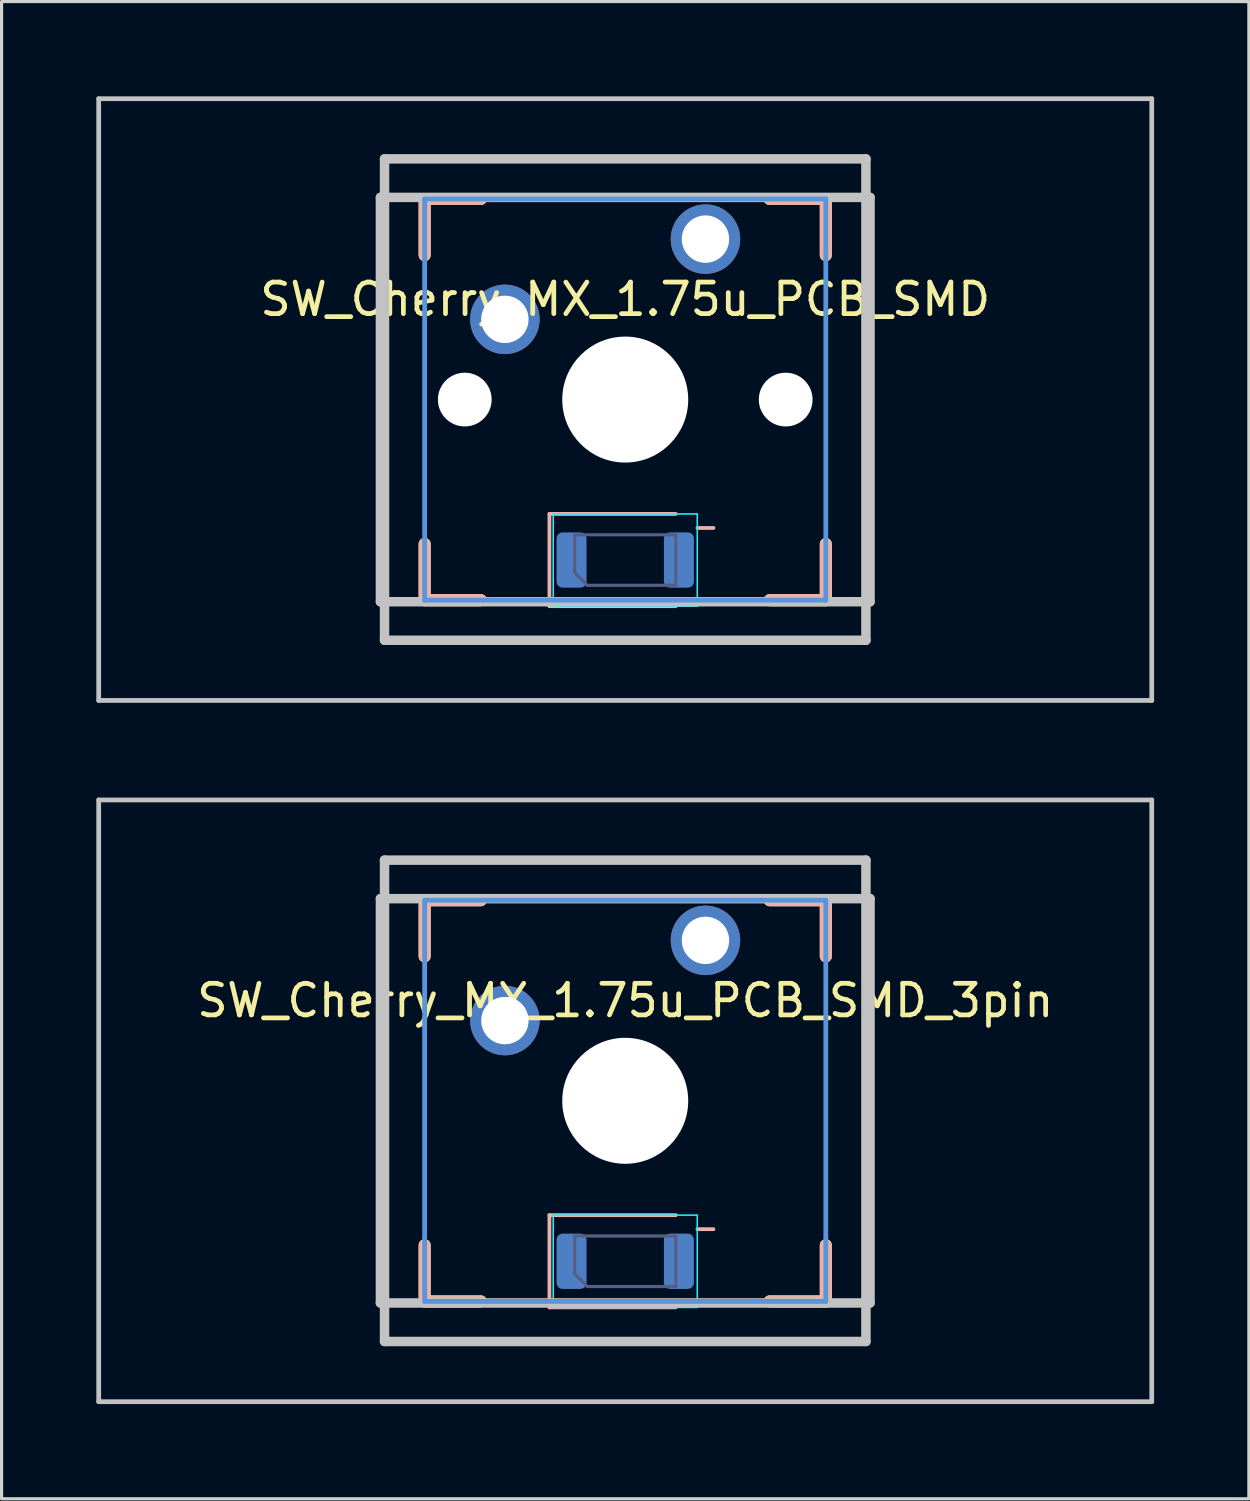
<source format=kicad_pcb>
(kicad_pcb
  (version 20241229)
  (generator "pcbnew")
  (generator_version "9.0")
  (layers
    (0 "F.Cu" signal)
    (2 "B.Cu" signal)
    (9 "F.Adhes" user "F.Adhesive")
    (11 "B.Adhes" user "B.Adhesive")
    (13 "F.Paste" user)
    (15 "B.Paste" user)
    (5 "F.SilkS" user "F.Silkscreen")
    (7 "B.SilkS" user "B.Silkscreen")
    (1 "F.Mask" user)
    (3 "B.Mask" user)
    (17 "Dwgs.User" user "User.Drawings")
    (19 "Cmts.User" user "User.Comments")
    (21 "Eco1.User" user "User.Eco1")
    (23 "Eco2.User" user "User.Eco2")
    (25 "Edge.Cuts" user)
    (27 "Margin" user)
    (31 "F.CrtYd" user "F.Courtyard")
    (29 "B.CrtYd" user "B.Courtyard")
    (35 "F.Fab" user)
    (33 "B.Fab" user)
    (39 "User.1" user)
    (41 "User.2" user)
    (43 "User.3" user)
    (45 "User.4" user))
  (footprint "SW_Cherry_MX_1.75u_PCB_SMD"
    (layer "F.Cu")
    (at 16.744 9.6)
    (property "Reference" "SW_Cherry_MX_1.75u_PCB_SMD" (at 0 -3.175 0) (layer "F.SilkS") (effects (font (size 1 1) (thickness 0.15))))
    (attr exclude_from_pos_files exclude_from_bom)
    (fp_line (start -6.35 -6.35) (end -4.572 -6.35) (stroke (width 0.381) (type solid)) (layer "F.SilkS"))
    (fp_line (start -6.35 -4.572) (end -6.35 -6.35) (stroke (width 0.381) (type solid)) (layer "F.SilkS"))
    (fp_line (start -6.35 6.35) (end -6.35 4.572) (stroke (width 0.381) (type solid)) (layer "F.SilkS"))
    (fp_line (start -4.572 6.35) (end -6.35 6.35) (stroke (width 0.381) (type solid)) (layer "F.SilkS"))
    (fp_line (start 4.572 -6.35) (end 6.35 -6.35) (stroke (width 0.381) (type solid)) (layer "F.SilkS"))
    (fp_line (start 6.35 -6.35) (end 6.35 -4.572) (stroke (width 0.381) (type solid)) (layer "F.SilkS"))
    (fp_line (start 6.35 4.572) (end 6.35 6.35) (stroke (width 0.381) (type solid)) (layer "F.SilkS"))
    (fp_line (start 6.35 6.35) (end 4.572 6.35) (stroke (width 0.381) (type solid)) (layer "F.SilkS"))
    (fp_line (start -6.35 -6.35) (end -6.35 -4.572) (stroke (width 0.381) (type solid)) (layer "B.SilkS"))
    (fp_line (start -6.35 4.572) (end -6.35 6.35) (stroke (width 0.381) (type solid)) (layer "B.SilkS"))
    (fp_line (start -6.35 6.35) (end -4.572 6.35) (stroke (width 0.381) (type solid)) (layer "B.SilkS"))
    (fp_line (start -4.572 -6.35) (end -6.35 -6.35) (stroke (width 0.381) (type solid)) (layer "B.SilkS"))
    (fp_line (start -2.4 3.62) (end 1.6 3.62) (stroke (width 0.12) (type solid)) (layer "B.SilkS"))
    (fp_line (start -2.4 6.54) (end -2.4 3.62) (stroke (width 0.12) (type solid)) (layer "B.SilkS"))
    (fp_line (start 1.6 6.54) (end -2.4 6.54) (stroke (width 0.12) (type solid)) (layer "B.SilkS"))
    (fp_line (start 2.286 4.064) (end 2.794 4.064) (stroke (width 0.12) (type solid)) (layer "B.SilkS"))
    (fp_line (start 4.572 6.35) (end 6.35 6.35) (stroke (width 0.381) (type solid)) (layer "B.SilkS"))
    (fp_line (start 6.35 -6.35) (end 4.572 -6.35) (stroke (width 0.381) (type solid)) (layer "B.SilkS"))
    (fp_line (start 6.35 -4.572) (end 6.35 -6.35) (stroke (width 0.381) (type solid)) (layer "B.SilkS"))
    (fp_line (start 6.35 6.35) (end 6.35 4.572) (stroke (width 0.381) (type solid)) (layer "B.SilkS"))
    (fp_line (start -16.669 -9.525) (end 16.669 -9.525) (stroke (width 0.15) (type solid)) (layer "Dwgs.User"))
    (fp_line (start -16.669 9.525) (end -16.669 -9.525) (stroke (width 0.15) (type solid)) (layer "Dwgs.User"))
    (fp_line (start -7.75 6.4) (end -7.75 -6.4) (stroke (width 0.3) (type solid)) (layer "Dwgs.User"))
    (fp_line (start -7.75 6.4) (end 7.75 6.4) (stroke (width 0.3) (type solid)) (layer "Dwgs.User"))
    (fp_line (start -7.62 -7.62) (end 7.62 -7.62) (stroke (width 0.3) (type solid)) (layer "Dwgs.User"))
    (fp_line (start -7.62 7.62) (end -7.62 -7.62) (stroke (width 0.3) (type solid)) (layer "Dwgs.User"))
    (fp_line (start 7.62 -7.62) (end 7.62 7.62) (stroke (width 0.3) (type solid)) (layer "Dwgs.User"))
    (fp_line (start 7.62 7.62) (end -7.62 7.62) (stroke (width 0.3) (type solid)) (layer "Dwgs.User"))
    (fp_line (start 7.75 -6.4) (end -7.75 -6.4) (stroke (width 0.3) (type solid)) (layer "Dwgs.User"))
    (fp_line (start 7.75 6.4) (end 7.75 -6.4) (stroke (width 0.3) (type solid)) (layer "Dwgs.User"))
    (fp_line (start 16.669 -9.525) (end 16.669 9.525) (stroke (width 0.15) (type solid)) (layer "Dwgs.User"))
    (fp_line (start 16.669 9.525) (end -16.669 9.525) (stroke (width 0.15) (type solid)) (layer "Dwgs.User"))
    (fp_line (start -6.35 -6.35) (end 6.35 -6.35) (stroke (width 0.152) (type solid)) (layer "Cmts.User"))
    (fp_line (start -6.35 6.35) (end -6.35 -6.35) (stroke (width 0.152) (type solid)) (layer "Cmts.User"))
    (fp_line (start 6.35 -6.35) (end 6.35 6.35) (stroke (width 0.152) (type solid)) (layer "Cmts.User"))
    (fp_line (start 6.35 6.35) (end -6.35 6.35) (stroke (width 0.152) (type solid)) (layer "Cmts.User"))
    (fp_line (start -6.985 -6.985) (end 6.985 -6.985) (stroke (width 0.152) (type solid)) (layer "Eco2.User"))
    (fp_line (start -6.985 6.985) (end -6.985 -6.985) (stroke (width 0.152) (type solid)) (layer "Eco2.User"))
    (fp_line (start 6.985 -6.985) (end 6.985 6.985) (stroke (width 0.152) (type solid)) (layer "Eco2.User"))
    (fp_line (start 6.985 6.985) (end -6.985 6.985) (stroke (width 0.152) (type solid)) (layer "Eco2.User"))
    (fp_line (start -2.28 3.62) (end -2.28 6.54) (stroke (width 0.05) (type solid)) (layer "B.CrtYd"))
    (fp_line (start -2.28 6.54) (end 2.28 6.54) (stroke (width 0.05) (type solid)) (layer "B.CrtYd"))
    (fp_line (start 2.28 3.62) (end -2.28 3.62) (stroke (width 0.05) (type solid)) (layer "B.CrtYd"))
    (fp_line (start 2.28 6.54) (end 2.28 3.62) (stroke (width 0.05) (type solid)) (layer "B.CrtYd"))
    (fp_line (start -1.6 4.28) (end 1.6 4.28) (stroke (width 0.1) (type solid)) (layer "B.Fab"))
    (fp_line (start -1.6 5.48) (end -1.6 4.28) (stroke (width 0.1) (type solid)) (layer "B.Fab"))
    (fp_line (start -1.2 5.88) (end -1.6 5.48) (stroke (width 0.1) (type solid)) (layer "B.Fab"))
    (fp_line (start 1.6 4.28) (end 1.6 5.88) (stroke (width 0.1) (type solid)) (layer "B.Fab"))
    (fp_line (start 1.6 5.88) (end -1.2 5.88) (stroke (width 0.1) (type solid)) (layer "B.Fab"))
    (pad "" np_thru_hole circle (at -5.08 0) (size 1.702 1.702) (drill 1.702) (layers "*.Cu" "*.Mask"))
    (pad "" np_thru_hole circle (at 0 0) (size 3.988 3.988) (drill 3.988) (layers "*.Cu" "*.Mask"))
    (pad "" np_thru_hole circle (at 5.08 0) (size 1.702 1.702) (drill 1.702) (layers "*.Cu" "*.Mask"))
    (pad "1" thru_hole circle (at -3.81 -2.54) (size 2.2 2.2) (drill 1.5) (layers "*.Cu" "*.Mask"))
    (pad "2" thru_hole circle (at 2.54 -5.08) (size 2.2 2.2) (drill 1.5) (layers "*.Cu" "*.Mask"))
    (pad "3" smd roundrect (at 1.7 5.08) (size 0.95 1.75) (layers "B.Cu" "B.Mask" "B.Paste") (roundrect_rratio 0.2))
    (pad "4" smd roundrect (at -1.7 5.08) (size 0.95 1.75) (layers "B.Cu" "B.Mask" "B.Paste") (roundrect_rratio 0.2)))
  (footprint "SW_Cherry_MX_1.75u_PCB_SMD_3pin"
    (layer "F.Cu")
    (at 16.744 31.8)
    (property "Reference" "SW_Cherry_MX_1.75u_PCB_SMD_3pin" (at 0 -3.175 0) (layer "F.SilkS") (effects (font (size 1 1) (thickness 0.15))))
    (attr exclude_from_pos_files exclude_from_bom)
    (fp_line (start -6.35 -6.35) (end -4.572 -6.35) (stroke (width 0.381) (type solid)) (layer "F.SilkS"))
    (fp_line (start -6.35 -4.572) (end -6.35 -6.35) (stroke (width 0.381) (type solid)) (layer "F.SilkS"))
    (fp_line (start -6.35 6.35) (end -6.35 4.572) (stroke (width 0.381) (type solid)) (layer "F.SilkS"))
    (fp_line (start -4.572 6.35) (end -6.35 6.35) (stroke (width 0.381) (type solid)) (layer "F.SilkS"))
    (fp_line (start 4.572 -6.35) (end 6.35 -6.35) (stroke (width 0.381) (type solid)) (layer "F.SilkS"))
    (fp_line (start 6.35 -6.35) (end 6.35 -4.572) (stroke (width 0.381) (type solid)) (layer "F.SilkS"))
    (fp_line (start 6.35 4.572) (end 6.35 6.35) (stroke (width 0.381) (type solid)) (layer "F.SilkS"))
    (fp_line (start 6.35 6.35) (end 4.572 6.35) (stroke (width 0.381) (type solid)) (layer "F.SilkS"))
    (fp_line (start -6.35 -6.35) (end -6.35 -4.572) (stroke (width 0.381) (type solid)) (layer "B.SilkS"))
    (fp_line (start -6.35 4.572) (end -6.35 6.35) (stroke (width 0.381) (type solid)) (layer "B.SilkS"))
    (fp_line (start -6.35 6.35) (end -4.572 6.35) (stroke (width 0.381) (type solid)) (layer "B.SilkS"))
    (fp_line (start -4.572 -6.35) (end -6.35 -6.35) (stroke (width 0.381) (type solid)) (layer "B.SilkS"))
    (fp_line (start -2.4 3.62) (end 1.6 3.62) (stroke (width 0.12) (type solid)) (layer "B.SilkS"))
    (fp_line (start -2.4 6.54) (end -2.4 3.62) (stroke (width 0.12) (type solid)) (layer "B.SilkS"))
    (fp_line (start 1.6 6.54) (end -2.4 6.54) (stroke (width 0.12) (type solid)) (layer "B.SilkS"))
    (fp_line (start 2.286 4.064) (end 2.794 4.064) (stroke (width 0.12) (type solid)) (layer "B.SilkS"))
    (fp_line (start 4.572 6.35) (end 6.35 6.35) (stroke (width 0.381) (type solid)) (layer "B.SilkS"))
    (fp_line (start 6.35 -6.35) (end 4.572 -6.35) (stroke (width 0.381) (type solid)) (layer "B.SilkS"))
    (fp_line (start 6.35 -4.572) (end 6.35 -6.35) (stroke (width 0.381) (type solid)) (layer "B.SilkS"))
    (fp_line (start 6.35 6.35) (end 6.35 4.572) (stroke (width 0.381) (type solid)) (layer "B.SilkS"))
    (fp_line (start -16.669 -9.525) (end 16.669 -9.525) (stroke (width 0.15) (type solid)) (layer "Dwgs.User"))
    (fp_line (start -16.669 9.525) (end -16.669 -9.525) (stroke (width 0.15) (type solid)) (layer "Dwgs.User"))
    (fp_line (start -7.75 6.4) (end -7.75 -6.4) (stroke (width 0.3) (type solid)) (layer "Dwgs.User"))
    (fp_line (start -7.75 6.4) (end 7.75 6.4) (stroke (width 0.3) (type solid)) (layer "Dwgs.User"))
    (fp_line (start -7.62 -7.62) (end 7.62 -7.62) (stroke (width 0.3) (type solid)) (layer "Dwgs.User"))
    (fp_line (start -7.62 7.62) (end -7.62 -7.62) (stroke (width 0.3) (type solid)) (layer "Dwgs.User"))
    (fp_line (start 7.62 -7.62) (end 7.62 7.62) (stroke (width 0.3) (type solid)) (layer "Dwgs.User"))
    (fp_line (start 7.62 7.62) (end -7.62 7.62) (stroke (width 0.3) (type solid)) (layer "Dwgs.User"))
    (fp_line (start 7.75 -6.4) (end -7.75 -6.4) (stroke (width 0.3) (type solid)) (layer "Dwgs.User"))
    (fp_line (start 7.75 6.4) (end 7.75 -6.4) (stroke (width 0.3) (type solid)) (layer "Dwgs.User"))
    (fp_line (start 16.669 -9.525) (end 16.669 9.525) (stroke (width 0.15) (type solid)) (layer "Dwgs.User"))
    (fp_line (start 16.669 9.525) (end -16.669 9.525) (stroke (width 0.15) (type solid)) (layer "Dwgs.User"))
    (fp_line (start -6.35 -6.35) (end 6.35 -6.35) (stroke (width 0.152) (type solid)) (layer "Cmts.User"))
    (fp_line (start -6.35 6.35) (end -6.35 -6.35) (stroke (width 0.152) (type solid)) (layer "Cmts.User"))
    (fp_line (start 6.35 -6.35) (end 6.35 6.35) (stroke (width 0.152) (type solid)) (layer "Cmts.User"))
    (fp_line (start 6.35 6.35) (end -6.35 6.35) (stroke (width 0.152) (type solid)) (layer "Cmts.User"))
    (fp_line (start -6.985 -6.985) (end 6.985 -6.985) (stroke (width 0.152) (type solid)) (layer "Eco2.User"))
    (fp_line (start -6.985 6.985) (end -6.985 -6.985) (stroke (width 0.152) (type solid)) (layer "Eco2.User"))
    (fp_line (start 6.985 -6.985) (end 6.985 6.985) (stroke (width 0.152) (type solid)) (layer "Eco2.User"))
    (fp_line (start 6.985 6.985) (end -6.985 6.985) (stroke (width 0.152) (type solid)) (layer "Eco2.User"))
    (fp_line (start -2.28 3.62) (end -2.28 6.54) (stroke (width 0.05) (type solid)) (layer "B.CrtYd"))
    (fp_line (start -2.28 6.54) (end 2.28 6.54) (stroke (width 0.05) (type solid)) (layer "B.CrtYd"))
    (fp_line (start 2.28 3.62) (end -2.28 3.62) (stroke (width 0.05) (type solid)) (layer "B.CrtYd"))
    (fp_line (start 2.28 6.54) (end 2.28 3.62) (stroke (width 0.05) (type solid)) (layer "B.CrtYd"))
    (fp_line (start -1.6 4.28) (end 1.6 4.28) (stroke (width 0.1) (type solid)) (layer "B.Fab"))
    (fp_line (start -1.6 5.48) (end -1.6 4.28) (stroke (width 0.1) (type solid)) (layer "B.Fab"))
    (fp_line (start -1.2 5.88) (end -1.6 5.48) (stroke (width 0.1) (type solid)) (layer "B.Fab"))
    (fp_line (start 1.6 4.28) (end 1.6 5.88) (stroke (width 0.1) (type solid)) (layer "B.Fab"))
    (fp_line (start 1.6 5.88) (end -1.2 5.88) (stroke (width 0.1) (type solid)) (layer "B.Fab"))
    (pad "" np_thru_hole circle (at 0 0) (size 3.988 3.988) (drill 3.988) (layers "*.Cu" "*.Mask"))
    (pad "1" thru_hole circle (at -3.81 -2.54) (size 2.2 2.2) (drill 1.5) (layers "*.Cu" "*.Mask"))
    (pad "2" thru_hole circle (at 2.54 -5.08) (size 2.2 2.2) (drill 1.5) (layers "*.Cu" "*.Mask"))
    (pad "3" smd roundrect (at 1.7 5.08) (size 0.95 1.75) (layers "B.Cu" "B.Mask" "B.Paste") (roundrect_rratio 0.2))
    (pad "4" smd roundrect (at -1.7 5.08) (size 0.95 1.75) (layers "B.Cu" "B.Mask" "B.Paste") (roundrect_rratio 0.2)))
  (gr_rect
    (start -3 -3)
    (end 36.487 44.4)
    (stroke (width 0.1) (type default))
    (fill no)
    (layer "Edge.Cuts")))
</source>
